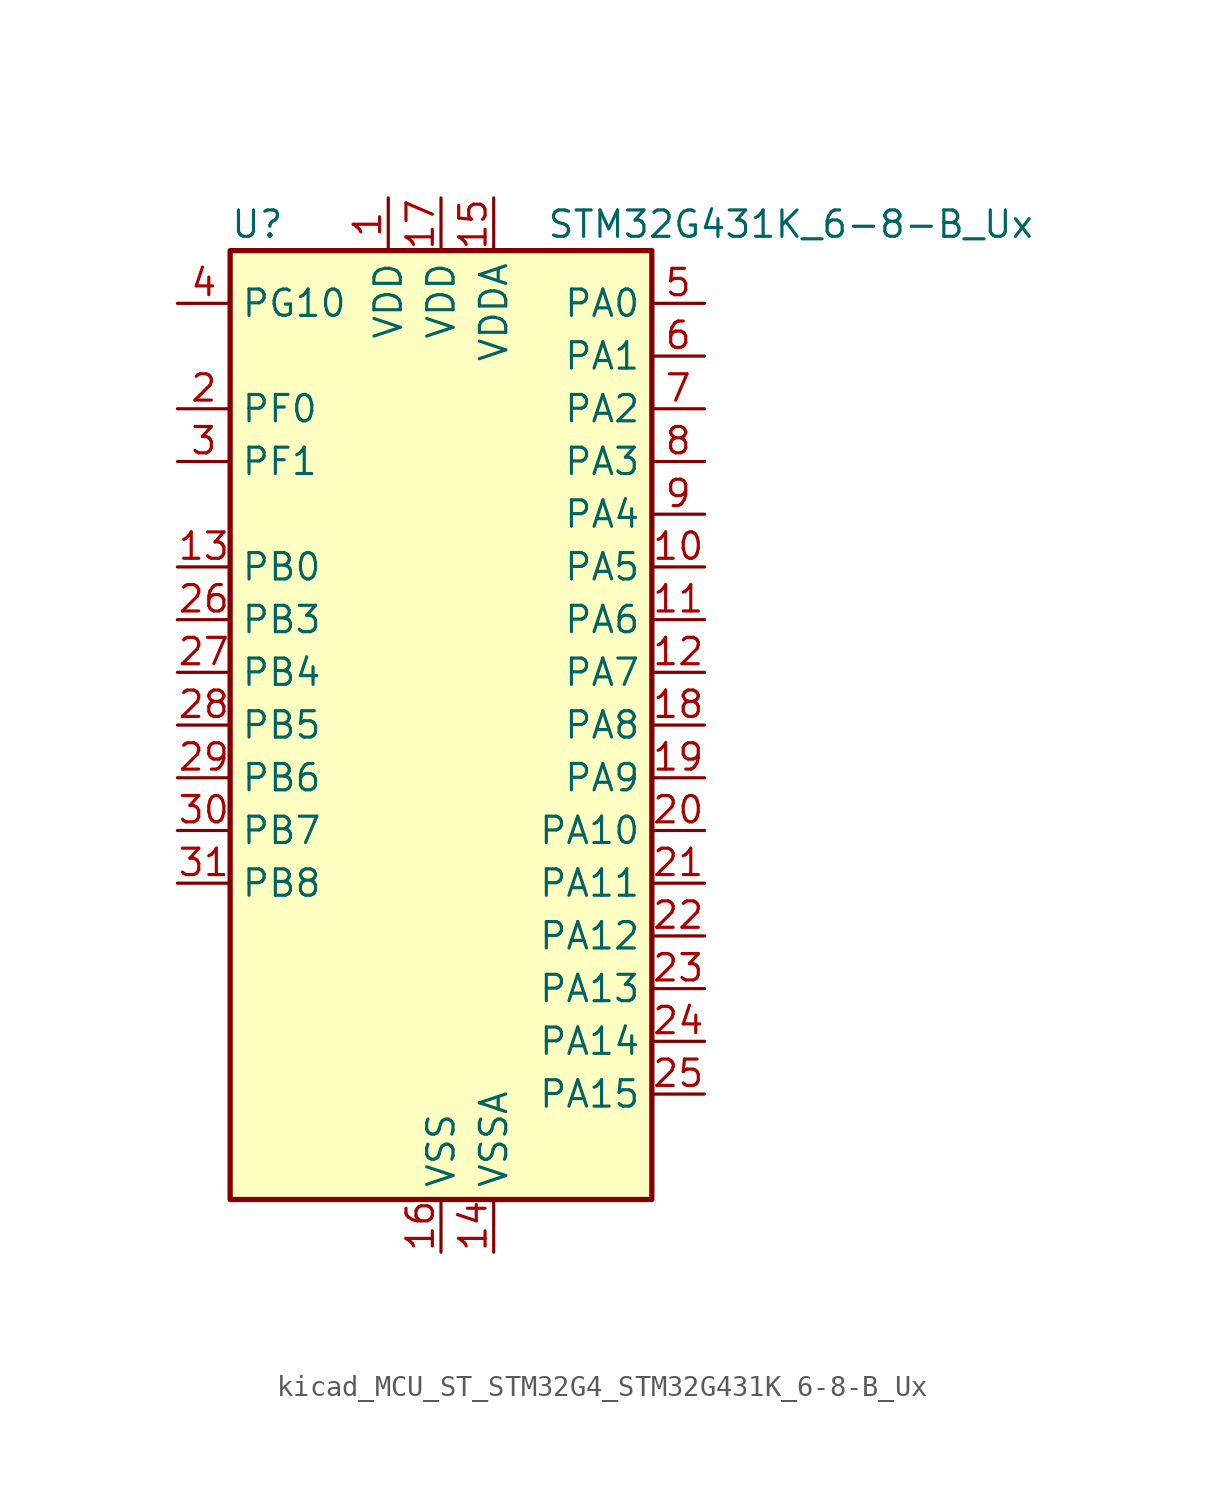
<source format=kicad_sym>
(kicad_symbol_lib
  (version 20220914)
  (generator kicad_symbol_editor)
  (symbol "kicad_MCU_ST_STM32G4_STM32G431K_6-8-B_Ux"
    (property "Reference" "U"
      (at -10.16 24.13 0)
      (effects (font (size 1.27 1.27)) (justify left)))
    (property "Value" "STM32G431K_6-8-B_Ux"
      (at 5.08 24.13 0)
      (effects (font (size 1.27 1.27)) (justify left)))
    (property "ki_locked" ""
      (at 0 0 0)
      (effects (font (size 1.27 1.27))))
    (symbol "kicad_MCU_ST_STM32G4_STM32G431K_6-8-B_Ux_0_1"
      (rectangle (start -10.16 -22.86) (end 10.16 22.86) (stroke (width 0.254) (type default)) (fill (type background))))
    (symbol "kicad_MCU_ST_STM32G4_STM32G431K_6-8-B_Ux_1_1"
      (pin power_in line (at -2.54 25.4 270) (length 2.54) (name "VDD" (effects (font (size 1.27 1.27)))) (number "1" (effects (font (size 1.27 1.27)))))
      (pin bidirectional line (at 12.7 7.62 180) (length 2.54) (name "PA5" (effects (font (size 1.27 1.27)))) (number "10" (effects (font (size 1.27 1.27)))) (alternate "ADC2_IN13" bidirectional line) (alternate "COMP2_INM" bidirectional line) (alternate "DAC1_OUT2" bidirectional line) (alternate "OPAMP2_VINM" bidirectional line) (alternate "OPAMP2_VINM0" bidirectional line) (alternate "OPAMP2_VINM_SEC" bidirectional line) (alternate "SPI1_SCK" bidirectional line) (alternate "TIM2_CH1" bidirectional line) (alternate "TIM2_ETR" bidirectional line) (alternate "UCPD1_FRSTX1" bidirectional line) (alternate "UCPD1_FRSTX2" bidirectional line))
      (pin bidirectional line (at 12.7 5.08 180) (length 2.54) (name "PA6" (effects (font (size 1.27 1.27)))) (number "11" (effects (font (size 1.27 1.27)))) (alternate "ADC2_IN3" bidirectional line) (alternate "COMP1_OUT" bidirectional line) (alternate "LPUART1_CTS" bidirectional line) (alternate "OPAMP2_VOUT" bidirectional line) (alternate "SPI1_MISO" bidirectional line) (alternate "TIM16_CH1" bidirectional line) (alternate "TIM1_BKIN" bidirectional line) (alternate "TIM3_CH1" bidirectional line) (alternate "TIM8_BKIN" bidirectional line))
      (pin bidirectional line (at 12.7 2.54 180) (length 2.54) (name "PA7" (effects (font (size 1.27 1.27)))) (number "12" (effects (font (size 1.27 1.27)))) (alternate "ADC2_IN4" bidirectional line) (alternate "COMP2_INP" bidirectional line) (alternate "COMP2_OUT" bidirectional line) (alternate "OPAMP1_VINP" bidirectional line) (alternate "OPAMP1_VINP_SEC" bidirectional line) (alternate "OPAMP2_VINP" bidirectional line) (alternate "OPAMP2_VINP_SEC" bidirectional line) (alternate "SPI1_MOSI" bidirectional line) (alternate "TIM17_CH1" bidirectional line) (alternate "TIM1_CH1N" bidirectional line) (alternate "TIM3_CH2" bidirectional line) (alternate "TIM8_CH1N" bidirectional line) (alternate "UCPD1_FRSTX1" bidirectional line) (alternate "UCPD1_FRSTX2" bidirectional line))
      (pin bidirectional line (at -12.7 7.62 0) (length 2.54) (name "PB0" (effects (font (size 1.27 1.27)))) (number "13" (effects (font (size 1.27 1.27)))) (alternate "ADC1_IN15" bidirectional line) (alternate "COMP4_INP" bidirectional line) (alternate "OPAMP2_VINP" bidirectional line) (alternate "OPAMP2_VINP_SEC" bidirectional line) (alternate "OPAMP3_VINP" bidirectional line) (alternate "OPAMP3_VINP_SEC" bidirectional line) (alternate "TIM1_CH2N" bidirectional line) (alternate "TIM3_CH3" bidirectional line) (alternate "TIM8_CH2N" bidirectional line) (alternate "UCPD1_FRSTX1" bidirectional line) (alternate "UCPD1_FRSTX2" bidirectional line))
      (pin power_in line (at 2.54 -25.4 90) (length 2.54) (name "VSSA" (effects (font (size 1.27 1.27)))) (number "14" (effects (font (size 1.27 1.27)))))
      (pin power_in line (at 2.54 25.4 270) (length 2.54) (name "VDDA" (effects (font (size 1.27 1.27)))) (number "15" (effects (font (size 1.27 1.27)))))
      (pin power_in line (at 0 -25.4 90) (length 2.54) (name "VSS" (effects (font (size 1.27 1.27)))) (number "16" (effects (font (size 1.27 1.27)))))
      (pin power_in line (at 0 25.4 270) (length 2.54) (name "VDD" (effects (font (size 1.27 1.27)))) (number "17" (effects (font (size 1.27 1.27)))))
      (pin bidirectional line (at 12.7 0 180) (length 2.54) (name "PA8" (effects (font (size 1.27 1.27)))) (number "18" (effects (font (size 1.27 1.27)))) (alternate "I2C2_SDA" bidirectional line) (alternate "I2C3_SCL" bidirectional line) (alternate "I2S2_MCK" bidirectional line) (alternate "RCC_MCO" bidirectional line) (alternate "SAI1_CK2" bidirectional line) (alternate "SAI1_SCK_A" bidirectional line) (alternate "TIM1_CH1" bidirectional line) (alternate "TIM4_ETR" bidirectional line) (alternate "USART1_CK" bidirectional line))
      (pin bidirectional line (at 12.7 -2.54 180) (length 2.54) (name "PA9" (effects (font (size 1.27 1.27)))) (number "19" (effects (font (size 1.27 1.27)))) (alternate "DAC1_EXTI9" bidirectional line) (alternate "DAC3_EXTI9" bidirectional line) (alternate "I2C2_SCL" bidirectional line) (alternate "I2C3_SMBA" bidirectional line) (alternate "I2S3_MCK" bidirectional line) (alternate "SAI1_FS_A" bidirectional line) (alternate "TIM15_BKIN" bidirectional line) (alternate "TIM1_CH2" bidirectional line) (alternate "TIM2_CH3" bidirectional line) (alternate "UCPD1_DBCC1" bidirectional line) (alternate "USART1_TX" bidirectional line))
      (pin bidirectional line (at -12.7 15.24 0) (length 2.54) (name "PF0" (effects (font (size 1.27 1.27)))) (number "2" (effects (font (size 1.27 1.27)))) (alternate "ADC1_IN10" bidirectional line) (alternate "I2C2_SDA" bidirectional line) (alternate "I2S2_WS" bidirectional line) (alternate "RCC_OSC_IN" bidirectional line) (alternate "SPI2_NSS" bidirectional line) (alternate "TIM1_CH3N" bidirectional line))
      (pin bidirectional line (at 12.7 -5.08 180) (length 2.54) (name "PA10" (effects (font (size 1.27 1.27)))) (number "20" (effects (font (size 1.27 1.27)))) (alternate "CRS_SYNC" bidirectional line) (alternate "DAC1_EXTI10" bidirectional line) (alternate "DAC3_EXTI10" bidirectional line) (alternate "I2C2_SMBA" bidirectional line) (alternate "SAI1_D1" bidirectional line) (alternate "SAI1_SD_A" bidirectional line) (alternate "SPI2_MISO" bidirectional line) (alternate "TIM17_BKIN" bidirectional line) (alternate "TIM1_CH3" bidirectional line) (alternate "TIM2_CH4" bidirectional line) (alternate "TIM8_BKIN" bidirectional line) (alternate "UCPD1_DBCC2" bidirectional line) (alternate "USART1_RX" bidirectional line))
      (pin bidirectional line (at 12.7 -7.62 180) (length 2.54) (name "PA11" (effects (font (size 1.27 1.27)))) (number "21" (effects (font (size 1.27 1.27)))) (alternate "ADC1_EXTI11" bidirectional line) (alternate "ADC2_EXTI11" bidirectional line) (alternate "COMP1_OUT" bidirectional line) (alternate "FDCAN1_RX" bidirectional line) (alternate "I2S2_SD" bidirectional line) (alternate "SPI2_MOSI" bidirectional line) (alternate "TIM1_BKIN2" bidirectional line) (alternate "TIM1_CH1N" bidirectional line) (alternate "TIM1_CH4" bidirectional line) (alternate "TIM4_CH1" bidirectional line) (alternate "USART1_CTS" bidirectional line) (alternate "USART1_NSS" bidirectional line) (alternate "USB_DM" bidirectional line))
      (pin bidirectional line (at 12.7 -10.16 180) (length 2.54) (name "PA12" (effects (font (size 1.27 1.27)))) (number "22" (effects (font (size 1.27 1.27)))) (alternate "COMP2_OUT" bidirectional line) (alternate "FDCAN1_TX" bidirectional line) (alternate "I2S_CKIN" bidirectional line) (alternate "TIM16_CH1" bidirectional line) (alternate "TIM1_CH2N" bidirectional line) (alternate "TIM1_ETR" bidirectional line) (alternate "TIM4_CH2" bidirectional line) (alternate "USART1_DE" bidirectional line) (alternate "USART1_RTS" bidirectional line) (alternate "USB_DP" bidirectional line))
      (pin bidirectional line (at 12.7 -12.7 180) (length 2.54) (name "PA13" (effects (font (size 1.27 1.27)))) (number "23" (effects (font (size 1.27 1.27)))) (alternate "I2C1_SCL" bidirectional line) (alternate "IR_OUT" bidirectional line) (alternate "SAI1_SD_B" bidirectional line) (alternate "SYS_JTMS-SWDIO" bidirectional line) (alternate "TIM16_CH1N" bidirectional line) (alternate "TIM4_CH3" bidirectional line))
      (pin bidirectional line (at 12.7 -15.24 180) (length 2.54) (name "PA14" (effects (font (size 1.27 1.27)))) (number "24" (effects (font (size 1.27 1.27)))) (alternate "I2C1_SDA" bidirectional line) (alternate "LPTIM1_OUT" bidirectional line) (alternate "SAI1_FS_B" bidirectional line) (alternate "SYS_JTCK-SWCLK" bidirectional line) (alternate "TIM1_BKIN" bidirectional line) (alternate "TIM8_CH2" bidirectional line) (alternate "USART2_TX" bidirectional line))
      (pin bidirectional line (at 12.7 -17.78 180) (length 2.54) (name "PA15" (effects (font (size 1.27 1.27)))) (number "25" (effects (font (size 1.27 1.27)))) (alternate "ADC1_EXTI15" bidirectional line) (alternate "ADC2_EXTI15" bidirectional line) (alternate "I2C1_SCL" bidirectional line) (alternate "I2S3_WS" bidirectional line) (alternate "SPI1_NSS" bidirectional line) (alternate "SPI3_NSS" bidirectional line) (alternate "SYS_JTDI" bidirectional line) (alternate "TIM1_BKIN" bidirectional line) (alternate "TIM2_CH1" bidirectional line) (alternate "TIM2_ETR" bidirectional line) (alternate "TIM8_CH1" bidirectional line) (alternate "USART2_RX" bidirectional line))
      (pin bidirectional line (at -12.7 5.08 0) (length 2.54) (name "PB3" (effects (font (size 1.27 1.27)))) (number "26" (effects (font (size 1.27 1.27)))) (alternate "CRS_SYNC" bidirectional line) (alternate "I2S3_CK" bidirectional line) (alternate "SAI1_SCK_B" bidirectional line) (alternate "SPI1_SCK" bidirectional line) (alternate "SPI3_SCK" bidirectional line) (alternate "SYS_JTDO-SWO" bidirectional line) (alternate "TIM2_CH2" bidirectional line) (alternate "TIM3_ETR" bidirectional line) (alternate "TIM4_ETR" bidirectional line) (alternate "TIM8_CH1N" bidirectional line) (alternate "USART2_TX" bidirectional line))
      (pin bidirectional line (at -12.7 2.54 0) (length 2.54) (name "PB4" (effects (font (size 1.27 1.27)))) (number "27" (effects (font (size 1.27 1.27)))) (alternate "SAI1_MCLK_B" bidirectional line) (alternate "SPI1_MISO" bidirectional line) (alternate "SPI3_MISO" bidirectional line) (alternate "SYS_JTRST" bidirectional line) (alternate "TIM16_CH1" bidirectional line) (alternate "TIM17_BKIN" bidirectional line) (alternate "TIM3_CH1" bidirectional line) (alternate "TIM8_CH2N" bidirectional line) (alternate "UCPD1_CC2" bidirectional line) (alternate "USART2_RX" bidirectional line))
      (pin bidirectional line (at -12.7 0 0) (length 2.54) (name "PB5" (effects (font (size 1.27 1.27)))) (number "28" (effects (font (size 1.27 1.27)))) (alternate "I2C1_SMBA" bidirectional line) (alternate "I2C3_SDA" bidirectional line) (alternate "I2S3_SD" bidirectional line) (alternate "LPTIM1_IN1" bidirectional line) (alternate "SAI1_SD_B" bidirectional line) (alternate "SPI1_MOSI" bidirectional line) (alternate "SPI3_MOSI" bidirectional line) (alternate "TIM16_BKIN" bidirectional line) (alternate "TIM17_CH1" bidirectional line) (alternate "TIM3_CH2" bidirectional line) (alternate "TIM8_CH3N" bidirectional line) (alternate "USART2_CK" bidirectional line))
      (pin bidirectional line (at -12.7 -2.54 0) (length 2.54) (name "PB6" (effects (font (size 1.27 1.27)))) (number "29" (effects (font (size 1.27 1.27)))) (alternate "COMP4_OUT" bidirectional line) (alternate "LPTIM1_ETR" bidirectional line) (alternate "SAI1_FS_B" bidirectional line) (alternate "TIM16_CH1N" bidirectional line) (alternate "TIM4_CH1" bidirectional line) (alternate "TIM8_BKIN2" bidirectional line) (alternate "TIM8_CH1" bidirectional line) (alternate "TIM8_ETR" bidirectional line) (alternate "UCPD1_CC1" bidirectional line) (alternate "USART1_TX" bidirectional line))
      (pin bidirectional line (at -12.7 12.7 0) (length 2.54) (name "PF1" (effects (font (size 1.27 1.27)))) (number "3" (effects (font (size 1.27 1.27)))) (alternate "ADC2_IN10" bidirectional line) (alternate "COMP3_INM" bidirectional line) (alternate "I2S2_CK" bidirectional line) (alternate "RCC_OSC_OUT" bidirectional line) (alternate "SPI2_SCK" bidirectional line))
      (pin bidirectional line (at -12.7 -5.08 0) (length 2.54) (name "PB7" (effects (font (size 1.27 1.27)))) (number "30" (effects (font (size 1.27 1.27)))) (alternate "COMP3_OUT" bidirectional line) (alternate "I2C1_SDA" bidirectional line) (alternate "LPTIM1_IN2" bidirectional line) (alternate "SYS_PVD_IN" bidirectional line) (alternate "TIM17_CH1N" bidirectional line) (alternate "TIM3_CH4" bidirectional line) (alternate "TIM4_CH2" bidirectional line) (alternate "TIM8_BKIN" bidirectional line) (alternate "USART1_RX" bidirectional line))
      (pin bidirectional line (at -12.7 -7.62 0) (length 2.54) (name "PB8" (effects (font (size 1.27 1.27)))) (number "31" (effects (font (size 1.27 1.27)))) (alternate "COMP1_OUT" bidirectional line) (alternate "FDCAN1_RX" bidirectional line) (alternate "I2C1_SCL" bidirectional line) (alternate "SAI1_CK1" bidirectional line) (alternate "SAI1_MCLK_A" bidirectional line) (alternate "TIM16_CH1" bidirectional line) (alternate "TIM1_BKIN" bidirectional line) (alternate "TIM4_CH3" bidirectional line) (alternate "TIM8_CH2" bidirectional line))
      (pin passive line (at 0 -25.4 90) (length 2.54) hide (name "VSS" (effects (font (size 1.27 1.27)))) (number "32" (effects (font (size 1.27 1.27)))))
      (pin passive line (at 0 -25.4 90) (length 2.54) hide (name "VSS" (effects (font (size 1.27 1.27)))) (number "33" (effects (font (size 1.27 1.27)))))
      (pin bidirectional line (at -12.7 20.32 0) (length 2.54) (name "PG10" (effects (font (size 1.27 1.27)))) (number "4" (effects (font (size 1.27 1.27)))) (alternate "DAC1_EXTI10" bidirectional line) (alternate "DAC3_EXTI10" bidirectional line) (alternate "RCC_MCO" bidirectional line))
      (pin bidirectional line (at 12.7 20.32 180) (length 2.54) (name "PA0" (effects (font (size 1.27 1.27)))) (number "5" (effects (font (size 1.27 1.27)))) (alternate "ADC1_IN1" bidirectional line) (alternate "ADC2_IN1" bidirectional line) (alternate "COMP1_INM" bidirectional line) (alternate "COMP1_OUT" bidirectional line) (alternate "COMP3_INP" bidirectional line) (alternate "RTC_TAMP2" bidirectional line) (alternate "SYS_WKUP1" bidirectional line) (alternate "TIM2_CH1" bidirectional line) (alternate "TIM2_ETR" bidirectional line) (alternate "TIM8_BKIN" bidirectional line) (alternate "TIM8_ETR" bidirectional line) (alternate "USART2_CTS" bidirectional line) (alternate "USART2_NSS" bidirectional line))
      (pin bidirectional line (at 12.7 17.78 180) (length 2.54) (name "PA1" (effects (font (size 1.27 1.27)))) (number "6" (effects (font (size 1.27 1.27)))) (alternate "ADC1_IN2" bidirectional line) (alternate "ADC2_IN2" bidirectional line) (alternate "COMP1_INP" bidirectional line) (alternate "OPAMP1_VINP" bidirectional line) (alternate "OPAMP1_VINP_SEC" bidirectional line) (alternate "OPAMP3_VINP" bidirectional line) (alternate "OPAMP3_VINP_SEC" bidirectional line) (alternate "RTC_REFIN" bidirectional line) (alternate "TIM15_CH1N" bidirectional line) (alternate "TIM2_CH2" bidirectional line) (alternate "USART2_DE" bidirectional line) (alternate "USART2_RTS" bidirectional line))
      (pin bidirectional line (at 12.7 15.24 180) (length 2.54) (name "PA2" (effects (font (size 1.27 1.27)))) (number "7" (effects (font (size 1.27 1.27)))) (alternate "ADC1_IN3" bidirectional line) (alternate "COMP2_INM" bidirectional line) (alternate "COMP2_OUT" bidirectional line) (alternate "LPUART1_TX" bidirectional line) (alternate "OPAMP1_VOUT" bidirectional line) (alternate "RCC_LSCO" bidirectional line) (alternate "SYS_WKUP4" bidirectional line) (alternate "TIM15_CH1" bidirectional line) (alternate "TIM2_CH3" bidirectional line) (alternate "UCPD1_FRSTX1" bidirectional line) (alternate "UCPD1_FRSTX2" bidirectional line) (alternate "USART2_TX" bidirectional line))
      (pin bidirectional line (at 12.7 12.7 180) (length 2.54) (name "PA3" (effects (font (size 1.27 1.27)))) (number "8" (effects (font (size 1.27 1.27)))) (alternate "ADC1_IN4" bidirectional line) (alternate "COMP2_INP" bidirectional line) (alternate "LPUART1_RX" bidirectional line) (alternate "OPAMP1_VINM" bidirectional line) (alternate "OPAMP1_VINM0" bidirectional line) (alternate "OPAMP1_VINM_SEC" bidirectional line) (alternate "OPAMP1_VINP" bidirectional line) (alternate "OPAMP1_VINP_SEC" bidirectional line) (alternate "SAI1_CK1" bidirectional line) (alternate "SAI1_MCLK_A" bidirectional line) (alternate "TIM15_CH2" bidirectional line) (alternate "TIM2_CH4" bidirectional line) (alternate "USART2_RX" bidirectional line))
      (pin bidirectional line (at 12.7 10.16 180) (length 2.54) (name "PA4" (effects (font (size 1.27 1.27)))) (number "9" (effects (font (size 1.27 1.27)))) (alternate "ADC2_IN17" bidirectional line) (alternate "COMP1_INM" bidirectional line) (alternate "DAC1_OUT1" bidirectional line) (alternate "I2S3_WS" bidirectional line) (alternate "SAI1_FS_B" bidirectional line) (alternate "SPI1_NSS" bidirectional line) (alternate "SPI3_NSS" bidirectional line) (alternate "TIM3_CH2" bidirectional line) (alternate "USART2_CK" bidirectional line)))))
</source>
